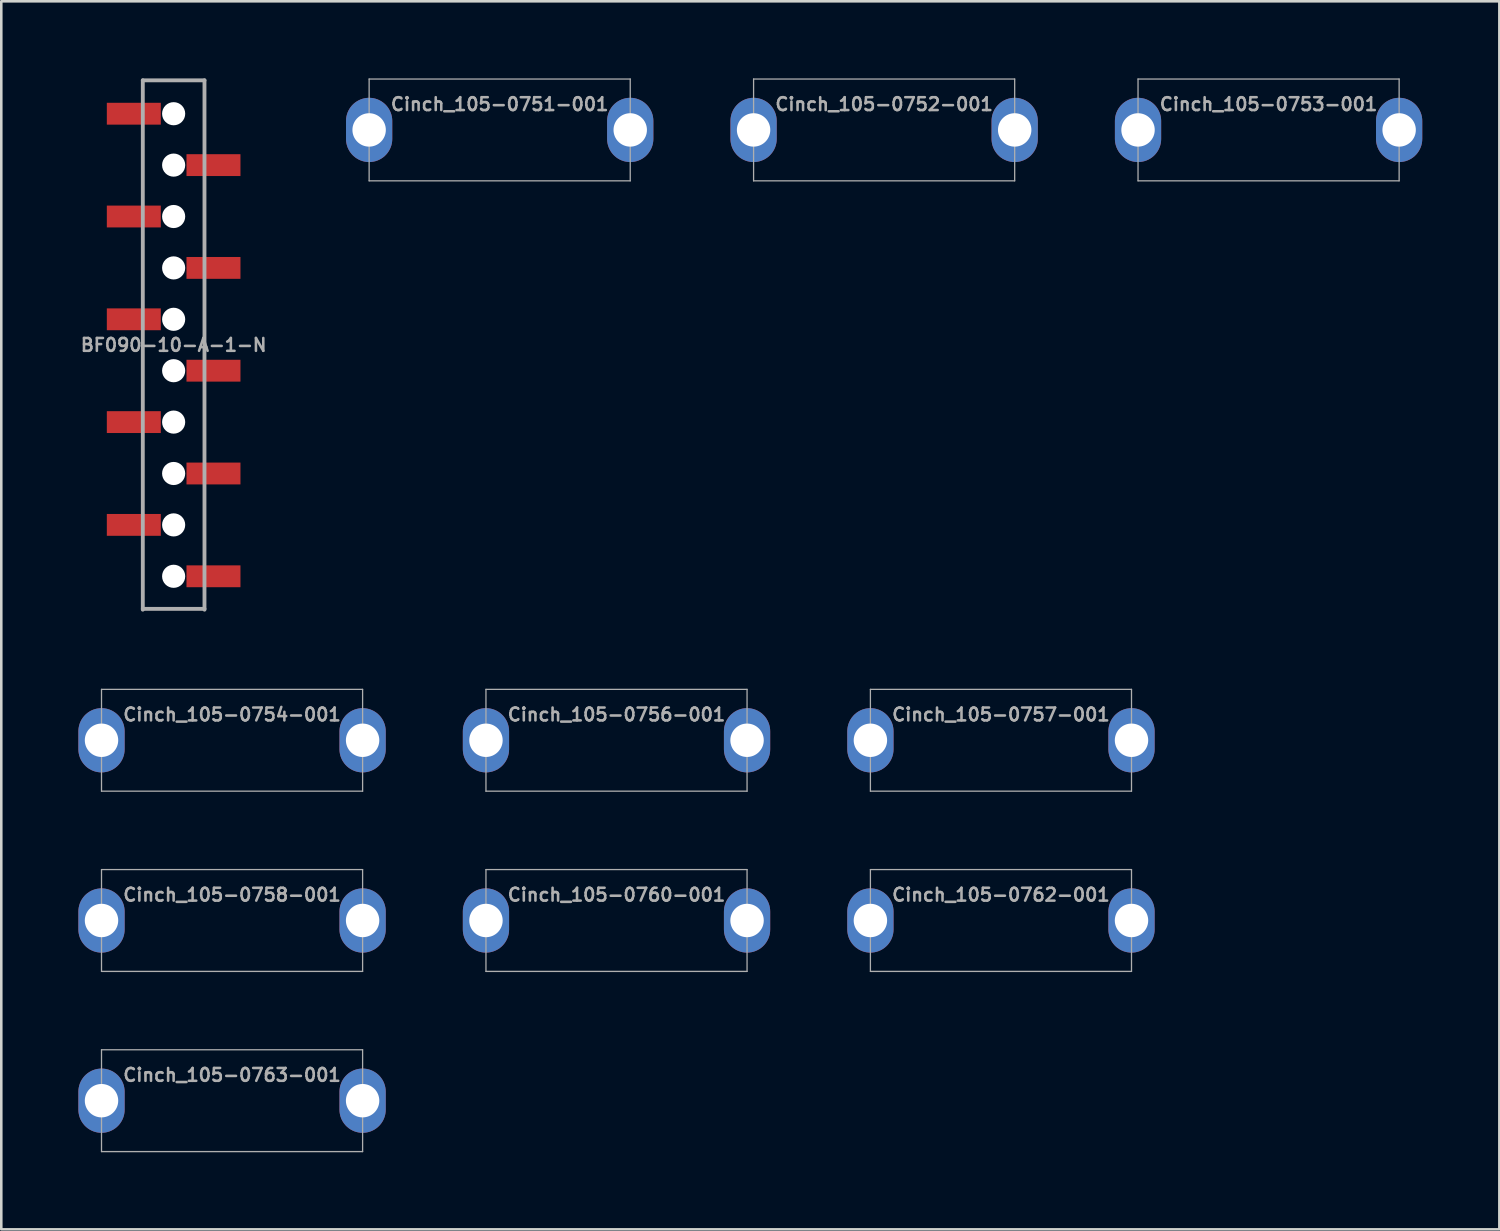
<source format=kicad_pcb>
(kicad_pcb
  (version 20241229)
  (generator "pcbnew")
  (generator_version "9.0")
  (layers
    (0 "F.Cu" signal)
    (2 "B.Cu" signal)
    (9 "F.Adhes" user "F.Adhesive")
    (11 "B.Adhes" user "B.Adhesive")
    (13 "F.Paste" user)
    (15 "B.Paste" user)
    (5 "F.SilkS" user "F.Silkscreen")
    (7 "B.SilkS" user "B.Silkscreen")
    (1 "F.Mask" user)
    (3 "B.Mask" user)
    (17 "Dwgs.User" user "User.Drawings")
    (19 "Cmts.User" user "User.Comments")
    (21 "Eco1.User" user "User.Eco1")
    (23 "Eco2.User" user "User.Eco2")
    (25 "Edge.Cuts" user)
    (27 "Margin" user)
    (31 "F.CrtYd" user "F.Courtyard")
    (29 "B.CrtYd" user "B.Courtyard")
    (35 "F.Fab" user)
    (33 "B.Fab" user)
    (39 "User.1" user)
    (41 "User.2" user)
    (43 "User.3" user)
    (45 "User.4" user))
  (footprint "BF090-10-A-1-N"
    (layer "F.Cu")
    (at 3.707 10.375)
    (property "Reference" "BF090-10-A-1-N" (at 0 0 0) (layer "F.Fab") (effects (font (size 0.5 0.5) (thickness 0.1))))
    (attr through_hole)
    (fp_line (start -1.2 -10.3) (end -1.2 10.3) (stroke (width 0.15) (type solid)) (layer "F.Fab"))
    (fp_line (start -1.2 -10.3) (end 1.2 -10.3) (stroke (width 0.15) (type solid)) (layer "F.Fab"))
    (fp_line (start -1.2 10.267) (end 1.2 10.267) (stroke (width 0.15) (type solid)) (layer "F.Fab"))
    (fp_line (start 1.2 10.3) (end 1.2 -10.3) (stroke (width 0.15) (type solid)) (layer "F.Fab"))
    (pad "" np_thru_hole circle (at 0 -9) (size 0.9 0.9) (drill 0.9) (layers "*.Cu" "*.Mask"))
    (pad "" np_thru_hole circle (at 0 -7) (size 0.9 0.9) (drill 0.9) (layers "*.Cu" "*.Mask"))
    (pad "" np_thru_hole circle (at 0 -5) (size 0.9 0.9) (drill 0.9) (layers "*.Cu" "*.Mask"))
    (pad "" np_thru_hole circle (at 0 -3) (size 0.9 0.9) (drill 0.9) (layers "*.Cu" "*.Mask"))
    (pad "" np_thru_hole circle (at 0 -1) (size 0.9 0.9) (drill 0.9) (layers "*.Cu" "*.Mask"))
    (pad "" np_thru_hole circle (at 0 1) (size 0.9 0.9) (drill 0.9) (layers "*.Cu" "*.Mask"))
    (pad "" np_thru_hole circle (at 0 3) (size 0.9 0.9) (drill 0.9) (layers "*.Cu" "*.Mask"))
    (pad "" np_thru_hole circle (at 0 5) (size 0.9 0.9) (drill 0.9) (layers "*.Cu" "*.Mask"))
    (pad "" np_thru_hole circle (at 0 7) (size 0.9 0.9) (drill 0.9) (layers "*.Cu" "*.Mask"))
    (pad "" np_thru_hole circle (at 0 9) (size 0.9 0.9) (drill 0.9) (layers "*.Cu" "*.Mask"))
    (pad "1" smd rect (at -1.55 -9) (size 2.1 0.85) (layers "F.Cu" "F.Mask" "F.Paste"))
    (pad "2" smd rect (at 1.55 -7) (size 2.1 0.85) (layers "F.Cu" "F.Mask" "F.Paste"))
    (pad "3" smd rect (at -1.55 -5) (size 2.1 0.85) (layers "F.Cu" "F.Mask" "F.Paste"))
    (pad "4" smd rect (at 1.55 -3) (size 2.1 0.85) (layers "F.Cu" "F.Mask" "F.Paste"))
    (pad "5" smd rect (at -1.55 -1) (size 2.1 0.85) (layers "F.Cu" "F.Mask" "F.Paste"))
    (pad "6" smd rect (at 1.55 1) (size 2.1 0.85) (layers "F.Cu" "F.Mask" "F.Paste"))
    (pad "7" smd rect (at -1.55 3) (size 2.1 0.85) (layers "F.Cu" "F.Mask" "F.Paste"))
    (pad "8" smd rect (at 1.55 5) (size 2.1 0.85) (layers "F.Cu" "F.Mask" "F.Paste"))
    (pad "9" smd rect (at -1.55 7) (size 2.1 0.85) (layers "F.Cu" "F.Mask" "F.Paste"))
    (pad "10" smd rect (at 1.55 9) (size 2.1 0.85) (layers "F.Cu" "F.Mask" "F.Paste")))
  (footprint "Cinch_105-0758-001"
    (layer "F.Cu")
    (at 5.98 32.769)
    (property "Reference" "Cinch_105-0758-001" (at 0 -1 0) (layer "F.Fab") (effects (font (size 0.5 0.5) (thickness 0.1))))
    (attr through_hole)
    (fp_line (start -5.08 -1.981) (end -5.08 1.981) (stroke (width 0.05) (type solid)) (layer "F.Fab"))
    (fp_line (start -5.08 1.981) (end 5.08 1.981) (stroke (width 0.05) (type solid)) (layer "F.Fab"))
    (fp_line (start 5.08 -1.981) (end -5.08 -1.981) (stroke (width 0.05) (type solid)) (layer "F.Fab"))
    (fp_line (start 5.08 1.981) (end 5.08 -1.981) (stroke (width 0.05) (type solid)) (layer "F.Fab"))
    (pad "1" thru_hole oval (at -5.08 0) (size 1.8 2.5) (drill 1.3) (layers "*.Cu" "*.Mask"))
    (pad "2" thru_hole oval (at 5.08 0) (size 1.8 2.5) (drill 1.3) (layers "*.Cu" "*.Mask")))
  (footprint "Cinch_105-0756-001"
    (layer "F.Cu")
    (at 20.94 25.756)
    (property "Reference" "Cinch_105-0756-001" (at 0 -1 0) (layer "F.Fab") (effects (font (size 0.5 0.5) (thickness 0.1))))
    (attr through_hole)
    (fp_line (start -5.08 -1.981) (end -5.08 1.981) (stroke (width 0.05) (type solid)) (layer "F.Fab"))
    (fp_line (start -5.08 1.981) (end 5.08 1.981) (stroke (width 0.05) (type solid)) (layer "F.Fab"))
    (fp_line (start 5.08 -1.981) (end -5.08 -1.981) (stroke (width 0.05) (type solid)) (layer "F.Fab"))
    (fp_line (start 5.08 1.981) (end 5.08 -1.981) (stroke (width 0.05) (type solid)) (layer "F.Fab"))
    (pad "1" thru_hole oval (at -5.08 0) (size 1.8 2.5) (drill 1.3) (layers "*.Cu" "*.Mask"))
    (pad "2" thru_hole oval (at 5.08 0) (size 1.8 2.5) (drill 1.3) (layers "*.Cu" "*.Mask")))
  (footprint "Cinch_105-0751-001"
    (layer "F.Cu")
    (at 16.394 2.006)
    (property "Reference" "Cinch_105-0751-001" (at 0 -1 0) (layer "F.Fab") (effects (font (size 0.5 0.5) (thickness 0.1))))
    (attr through_hole)
    (fp_line (start -5.08 -1.981) (end -5.08 1.981) (stroke (width 0.05) (type solid)) (layer "F.Fab"))
    (fp_line (start -5.08 1.981) (end 5.08 1.981) (stroke (width 0.05) (type solid)) (layer "F.Fab"))
    (fp_line (start 5.08 -1.981) (end -5.08 -1.981) (stroke (width 0.05) (type solid)) (layer "F.Fab"))
    (fp_line (start 5.08 1.981) (end 5.08 -1.981) (stroke (width 0.05) (type solid)) (layer "F.Fab"))
    (pad "1" thru_hole oval (at -5.08 0) (size 1.8 2.5) (drill 1.3) (layers "*.Cu" "*.Mask"))
    (pad "2" thru_hole oval (at 5.08 0) (size 1.8 2.5) (drill 1.3) (layers "*.Cu" "*.Mask")))
  (footprint "Cinch_105-0757-001"
    (layer "F.Cu")
    (at 35.9 25.756)
    (property "Reference" "Cinch_105-0757-001" (at 0 -1 0) (layer "F.Fab") (effects (font (size 0.5 0.5) (thickness 0.1))))
    (attr through_hole)
    (fp_line (start -5.08 -1.981) (end -5.08 1.981) (stroke (width 0.05) (type solid)) (layer "F.Fab"))
    (fp_line (start -5.08 1.981) (end 5.08 1.981) (stroke (width 0.05) (type solid)) (layer "F.Fab"))
    (fp_line (start 5.08 -1.981) (end -5.08 -1.981) (stroke (width 0.05) (type solid)) (layer "F.Fab"))
    (fp_line (start 5.08 1.981) (end 5.08 -1.981) (stroke (width 0.05) (type solid)) (layer "F.Fab"))
    (pad "1" thru_hole oval (at -5.08 0) (size 1.8 2.5) (drill 1.3) (layers "*.Cu" "*.Mask"))
    (pad "2" thru_hole oval (at 5.08 0) (size 1.8 2.5) (drill 1.3) (layers "*.Cu" "*.Mask")))
  (footprint "Cinch_105-0760-001"
    (layer "F.Cu")
    (at 20.94 32.769)
    (property "Reference" "Cinch_105-0760-001" (at 0 -1 0) (layer "F.Fab") (effects (font (size 0.5 0.5) (thickness 0.1))))
    (attr through_hole)
    (fp_line (start -5.08 -1.981) (end -5.08 1.981) (stroke (width 0.05) (type solid)) (layer "F.Fab"))
    (fp_line (start -5.08 1.981) (end 5.08 1.981) (stroke (width 0.05) (type solid)) (layer "F.Fab"))
    (fp_line (start 5.08 -1.981) (end -5.08 -1.981) (stroke (width 0.05) (type solid)) (layer "F.Fab"))
    (fp_line (start 5.08 1.981) (end 5.08 -1.981) (stroke (width 0.05) (type solid)) (layer "F.Fab"))
    (pad "1" thru_hole oval (at -5.08 0) (size 1.8 2.5) (drill 1.3) (layers "*.Cu" "*.Mask"))
    (pad "2" thru_hole oval (at 5.08 0) (size 1.8 2.5) (drill 1.3) (layers "*.Cu" "*.Mask")))
  (footprint "Cinch_105-0754-001"
    (layer "F.Cu")
    (at 5.98 25.756)
    (property "Reference" "Cinch_105-0754-001" (at 0 -1 0) (layer "F.Fab") (effects (font (size 0.5 0.5) (thickness 0.1))))
    (attr through_hole)
    (fp_line (start -5.08 -1.981) (end -5.08 1.981) (stroke (width 0.05) (type solid)) (layer "F.Fab"))
    (fp_line (start -5.08 1.981) (end 5.08 1.981) (stroke (width 0.05) (type solid)) (layer "F.Fab"))
    (fp_line (start 5.08 -1.981) (end -5.08 -1.981) (stroke (width 0.05) (type solid)) (layer "F.Fab"))
    (fp_line (start 5.08 1.981) (end 5.08 -1.981) (stroke (width 0.05) (type solid)) (layer "F.Fab"))
    (pad "1" thru_hole oval (at -5.08 0) (size 1.8 2.5) (drill 1.3) (layers "*.Cu" "*.Mask"))
    (pad "2" thru_hole oval (at 5.08 0) (size 1.8 2.5) (drill 1.3) (layers "*.Cu" "*.Mask")))
  (footprint "Cinch_105-0753-001"
    (layer "F.Cu")
    (at 46.314 2.006)
    (property "Reference" "Cinch_105-0753-001" (at 0 -1 0) (layer "F.Fab") (effects (font (size 0.5 0.5) (thickness 0.1))))
    (attr through_hole)
    (fp_line (start -5.08 -1.981) (end -5.08 1.981) (stroke (width 0.05) (type solid)) (layer "F.Fab"))
    (fp_line (start -5.08 1.981) (end 5.08 1.981) (stroke (width 0.05) (type solid)) (layer "F.Fab"))
    (fp_line (start 5.08 -1.981) (end -5.08 -1.981) (stroke (width 0.05) (type solid)) (layer "F.Fab"))
    (fp_line (start 5.08 1.981) (end 5.08 -1.981) (stroke (width 0.05) (type solid)) (layer "F.Fab"))
    (pad "1" thru_hole oval (at -5.08 0) (size 1.8 2.5) (drill 1.3) (layers "*.Cu" "*.Mask"))
    (pad "2" thru_hole oval (at 5.08 0) (size 1.8 2.5) (drill 1.3) (layers "*.Cu" "*.Mask")))
  (footprint "Cinch_105-0752-001"
    (layer "F.Cu")
    (at 31.354 2.006)
    (property "Reference" "Cinch_105-0752-001" (at 0 -1 0) (layer "F.Fab") (effects (font (size 0.5 0.5) (thickness 0.1))))
    (attr through_hole)
    (fp_line (start -5.08 -1.981) (end -5.08 1.981) (stroke (width 0.05) (type solid)) (layer "F.Fab"))
    (fp_line (start -5.08 1.981) (end 5.08 1.981) (stroke (width 0.05) (type solid)) (layer "F.Fab"))
    (fp_line (start 5.08 -1.981) (end -5.08 -1.981) (stroke (width 0.05) (type solid)) (layer "F.Fab"))
    (fp_line (start 5.08 1.981) (end 5.08 -1.981) (stroke (width 0.05) (type solid)) (layer "F.Fab"))
    (pad "1" thru_hole oval (at -5.08 0) (size 1.8 2.5) (drill 1.3) (layers "*.Cu" "*.Mask"))
    (pad "2" thru_hole oval (at 5.08 0) (size 1.8 2.5) (drill 1.3) (layers "*.Cu" "*.Mask")))
  (footprint "Cinch_105-0762-001"
    (layer "F.Cu")
    (at 35.9 32.769)
    (property "Reference" "Cinch_105-0762-001" (at 0 -1 0) (layer "F.Fab") (effects (font (size 0.5 0.5) (thickness 0.1))))
    (attr through_hole)
    (fp_line (start -5.08 -1.981) (end -5.08 1.981) (stroke (width 0.05) (type solid)) (layer "F.Fab"))
    (fp_line (start -5.08 1.981) (end 5.08 1.981) (stroke (width 0.05) (type solid)) (layer "F.Fab"))
    (fp_line (start 5.08 -1.981) (end -5.08 -1.981) (stroke (width 0.05) (type solid)) (layer "F.Fab"))
    (fp_line (start 5.08 1.981) (end 5.08 -1.981) (stroke (width 0.05) (type solid)) (layer "F.Fab"))
    (pad "1" thru_hole oval (at -5.08 0) (size 1.8 2.5) (drill 1.3) (layers "*.Cu" "*.Mask"))
    (pad "2" thru_hole oval (at 5.08 0) (size 1.8 2.5) (drill 1.3) (layers "*.Cu" "*.Mask")))
  (footprint "Cinch_105-0763-001"
    (layer "F.Cu")
    (at 5.98 39.781)
    (property "Reference" "Cinch_105-0763-001" (at 0 -1 0) (layer "F.Fab") (effects (font (size 0.5 0.5) (thickness 0.1))))
    (attr through_hole)
    (fp_line (start -5.08 -1.981) (end -5.08 1.981) (stroke (width 0.05) (type solid)) (layer "F.Fab"))
    (fp_line (start -5.08 1.981) (end 5.08 1.981) (stroke (width 0.05) (type solid)) (layer "F.Fab"))
    (fp_line (start 5.08 -1.981) (end -5.08 -1.981) (stroke (width 0.05) (type solid)) (layer "F.Fab"))
    (fp_line (start 5.08 1.981) (end 5.08 -1.981) (stroke (width 0.05) (type solid)) (layer "F.Fab"))
    (pad "1" thru_hole oval (at -5.08 0) (size 1.8 2.5) (drill 1.3) (layers "*.Cu" "*.Mask"))
    (pad "2" thru_hole oval (at 5.08 0) (size 1.8 2.5) (drill 1.3) (layers "*.Cu" "*.Mask")))
  (gr_rect
    (start -3 -3)
    (end 55.294 44.787)
    (stroke (width 0.1) (type default))
    (fill no)
    (layer "Edge.Cuts")))
</source>
